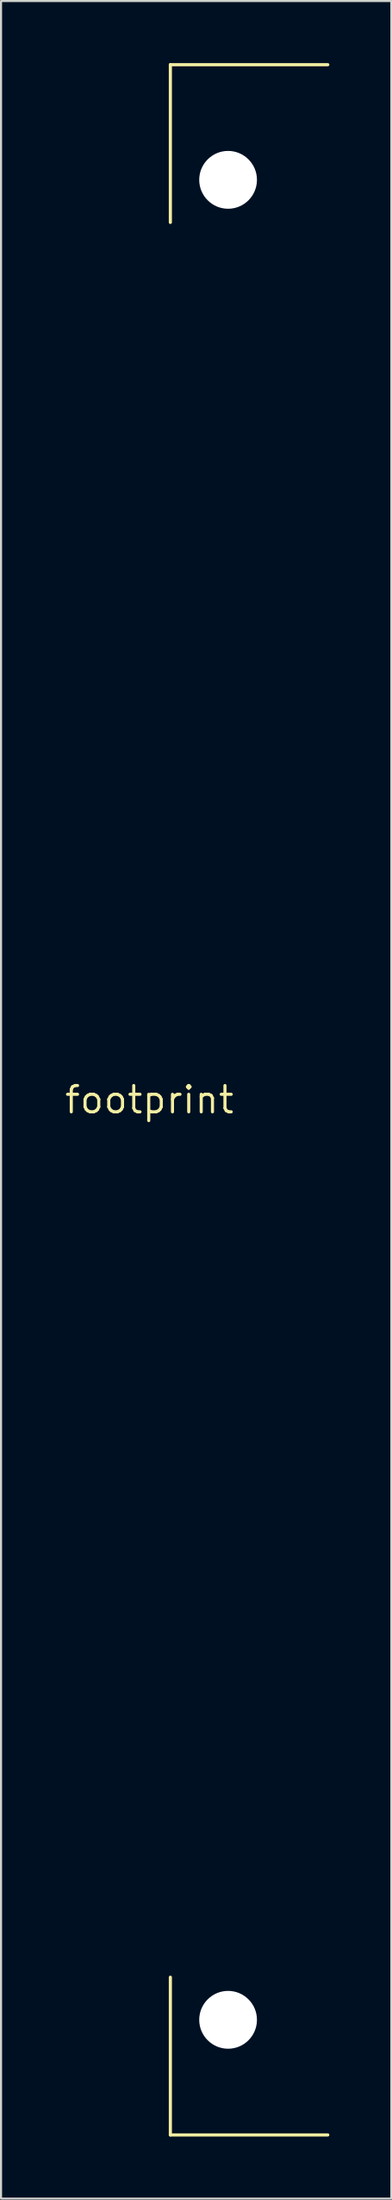
<source format=kicad_pcb>
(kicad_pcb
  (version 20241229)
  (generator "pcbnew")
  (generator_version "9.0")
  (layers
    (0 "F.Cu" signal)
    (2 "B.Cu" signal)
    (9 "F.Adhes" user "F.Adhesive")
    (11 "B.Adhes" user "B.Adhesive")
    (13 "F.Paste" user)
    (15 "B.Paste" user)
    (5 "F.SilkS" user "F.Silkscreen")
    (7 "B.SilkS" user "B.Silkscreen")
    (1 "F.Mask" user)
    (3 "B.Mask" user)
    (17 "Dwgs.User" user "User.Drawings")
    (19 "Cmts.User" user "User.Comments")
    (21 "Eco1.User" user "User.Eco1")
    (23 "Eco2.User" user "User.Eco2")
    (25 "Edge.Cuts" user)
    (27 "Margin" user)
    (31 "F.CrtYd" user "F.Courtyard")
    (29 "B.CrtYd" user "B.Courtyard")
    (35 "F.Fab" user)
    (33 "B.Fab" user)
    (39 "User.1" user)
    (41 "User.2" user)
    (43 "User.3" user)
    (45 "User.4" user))
  (footprint "footprint"
    (layer "F.Cu")
    (at 4.18 50.089)
    (property "Reference" "footprint" (at 0 0 0) (layer "F.SilkS") (effects (font (size 1.27 1.27) (thickness 0.15))))
    (fp_line (start 1.016 -50.013) (end 8.636 -50.013) (stroke (width 0.152) (type solid)) (layer "F.SilkS"))
    (fp_line (start 1.016 -42.393) (end 1.016 -50.013) (stroke (width 0.152) (type solid)) (layer "F.SilkS"))
    (fp_line (start 1.016 50.013) (end 1.016 42.393) (stroke (width 0.152) (type solid)) (layer "F.SilkS"))
    (fp_line (start 8.636 50.013) (end 1.016 50.013) (stroke (width 0.152) (type solid)) (layer "F.SilkS"))
    (pad "" np_thru_hole circle (at 3.81 -44.45) (size 2.794 2.794) (drill 2.794) (layers "*.Cu" "*.Mask"))
    (pad "" np_thru_hole circle (at 3.81 44.45) (size 2.794 2.794) (drill 2.794) (layers "*.Cu" "*.Mask"))
    (zone (net_name "") (layers "F.Cu" "B.Cu") (hatch edge 0.508) (connect_pads) (min_thickness 0.254) (filled_areas_thickness no) (keepout (tracks allowed) (vias not_allowed) (pads allowed) (copperpour allowed) (footprints allowed)) (placement (enabled no)) (fill) (polygon (pts (xy 10.276 5.639) (xy 10.241 5.242) (xy 10.138 4.857) (xy 9.97 4.496) (xy 9.741 4.169) (xy 9.46 3.888) (xy 9.133 3.659) (xy 8.772 3.491) (xy 8.387 3.388) (xy 7.99 3.353) (xy 7.593 3.388) (xy 7.208 3.491) (xy 6.847 3.659) (xy 6.521 3.888) (xy 6.239 4.169) (xy 6.01 4.496) (xy 5.842 4.857) (xy 5.739 5.242) (xy 5.704 5.639) (xy 5.739 6.036) (xy 5.842 6.421) (xy 6.01 6.782) (xy 6.239 7.108) (xy 6.521 7.39) (xy 6.847 7.619) (xy 7.208 7.787) (xy 7.593 7.89) (xy 7.99 7.925) (xy 8.387 7.89) (xy 8.772 7.787) (xy 9.133 7.619) (xy 9.46 7.39) (xy 9.741 7.108) (xy 9.97 6.782) (xy 10.138 6.421) (xy 10.241 6.036))))
    (zone (net_name "") (layers "F.Cu" "B.Cu") (hatch edge 0.508) (connect_pads) (min_thickness 0.254) (filled_areas_thickness no) (keepout (tracks allowed) (vias not_allowed) (pads allowed) (copperpour allowed) (footprints allowed)) (placement (enabled no)) (fill) (polygon (pts (xy 10.276 94.539) (xy 10.241 94.142) (xy 10.138 93.757) (xy 9.97 93.396) (xy 9.741 93.069) (xy 9.46 92.788) (xy 9.133 92.559) (xy 8.772 92.391) (xy 8.387 92.288) (xy 7.99 92.253) (xy 7.593 92.288) (xy 7.208 92.391) (xy 6.847 92.559) (xy 6.521 92.788) (xy 6.239 93.069) (xy 6.01 93.396) (xy 5.842 93.757) (xy 5.739 94.142) (xy 5.704 94.539) (xy 5.739 94.936) (xy 5.842 95.321) (xy 6.01 95.682) (xy 6.239 96.008) (xy 6.521 96.29) (xy 6.847 96.519) (xy 7.208 96.687) (xy 7.593 96.79) (xy 7.99 96.825) (xy 8.387 96.79) (xy 8.772 96.687) (xy 9.133 96.519) (xy 9.46 96.29) (xy 9.741 96.008) (xy 9.97 95.682) (xy 10.138 95.321) (xy 10.241 94.936))))
    (zone (net_name "") (layer "B.Cu") (hatch edge 0.508) (connect_pads) (min_thickness 0.254) (filled_areas_thickness no) (keepout (tracks not_allowed) (vias not_allowed) (pads not_allowed) (copperpour not_allowed) (footprints allowed)) (placement (enabled no)) (fill) (polygon (pts (xy 10.276 5.639) (xy 10.241 5.242) (xy 10.138 4.857) (xy 9.97 4.496) (xy 9.741 4.169) (xy 9.46 3.888) (xy 9.133 3.659) (xy 8.772 3.491) (xy 8.387 3.388) (xy 7.99 3.353) (xy 7.593 3.388) (xy 7.208 3.491) (xy 6.847 3.659) (xy 6.521 3.888) (xy 6.239 4.169) (xy 6.01 4.496) (xy 5.842 4.857) (xy 5.739 5.242) (xy 5.704 5.639) (xy 5.739 6.036) (xy 5.842 6.421) (xy 6.01 6.782) (xy 6.239 7.108) (xy 6.521 7.39) (xy 6.847 7.619) (xy 7.208 7.787) (xy 7.593 7.89) (xy 7.99 7.925) (xy 8.387 7.89) (xy 8.772 7.787) (xy 9.133 7.619) (xy 9.46 7.39) (xy 9.741 7.108) (xy 9.97 6.782) (xy 10.138 6.421) (xy 10.241 6.036))))
    (zone (net_name "") (layer "B.Cu") (hatch edge 0.508) (connect_pads) (min_thickness 0.254) (filled_areas_thickness no) (keepout (tracks not_allowed) (vias not_allowed) (pads not_allowed) (copperpour not_allowed) (footprints allowed)) (placement (enabled no)) (fill) (polygon (pts (xy 10.276 94.539) (xy 10.241 94.142) (xy 10.138 93.757) (xy 9.97 93.396) (xy 9.741 93.069) (xy 9.46 92.788) (xy 9.133 92.559) (xy 8.772 92.391) (xy 8.387 92.288) (xy 7.99 92.253) (xy 7.593 92.288) (xy 7.208 92.391) (xy 6.847 92.559) (xy 6.521 92.788) (xy 6.239 93.069) (xy 6.01 93.396) (xy 5.842 93.757) (xy 5.739 94.142) (xy 5.704 94.539) (xy 5.739 94.936) (xy 5.842 95.321) (xy 6.01 95.682) (xy 6.239 96.008) (xy 6.521 96.29) (xy 6.847 96.519) (xy 7.208 96.687) (xy 7.593 96.79) (xy 7.99 96.825) (xy 8.387 96.79) (xy 8.772 96.687) (xy 9.133 96.519) (xy 9.46 96.29) (xy 9.741 96.008) (xy 9.97 95.682) (xy 10.138 95.321) (xy 10.241 94.936)))))
  (gr_rect
    (start -3 -3)
    (end 15.892 103.178)
    (stroke (width 0.1) (type default))
    (fill no)
    (layer "Edge.Cuts")))
</source>
